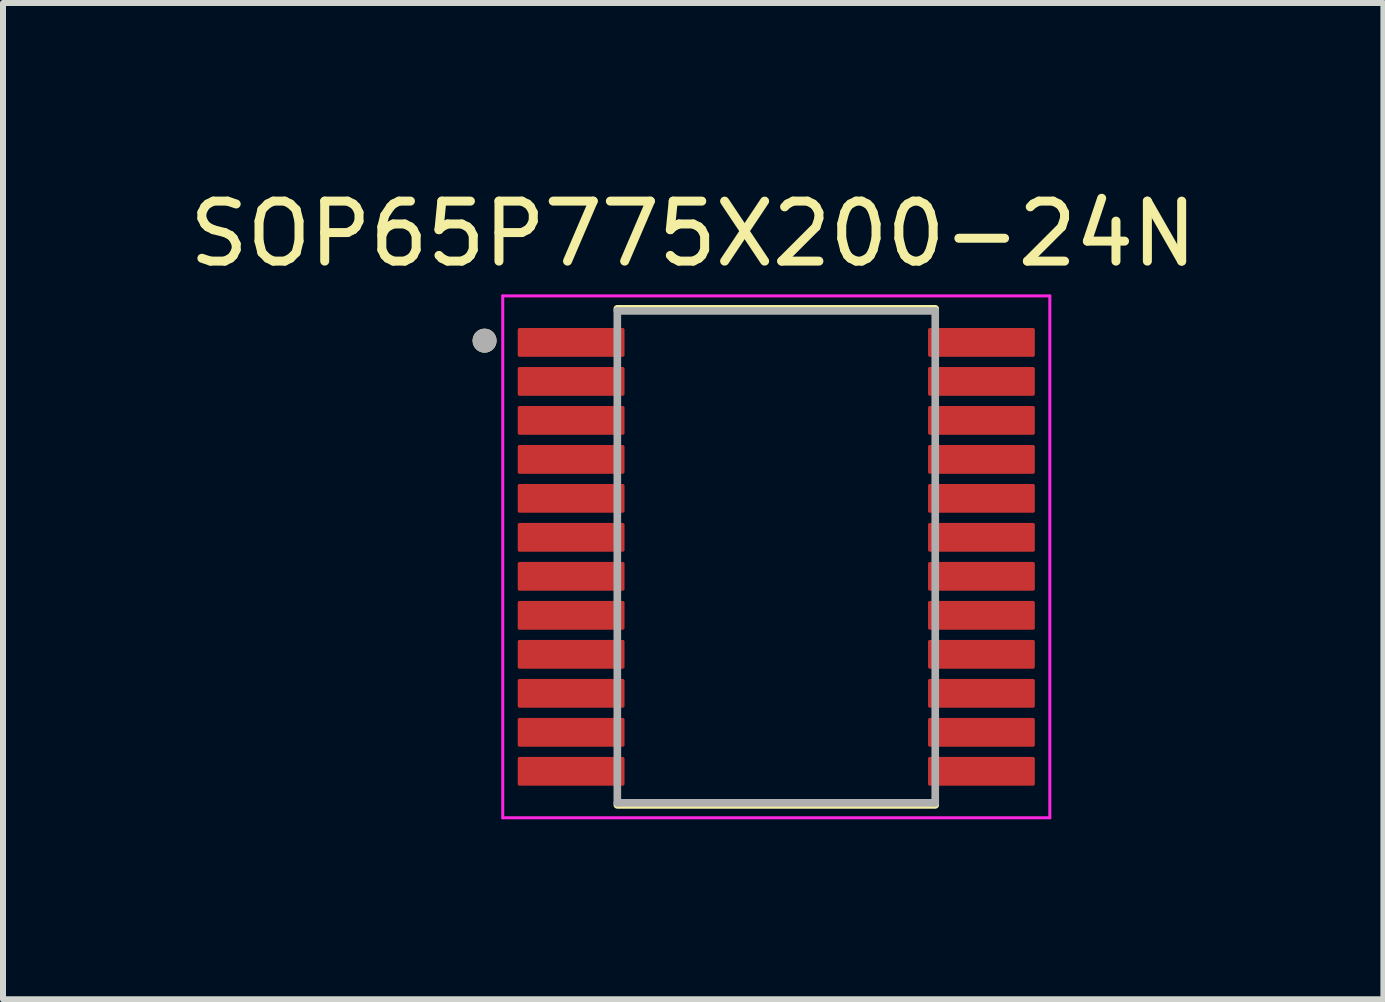
<source format=kicad_pcb>
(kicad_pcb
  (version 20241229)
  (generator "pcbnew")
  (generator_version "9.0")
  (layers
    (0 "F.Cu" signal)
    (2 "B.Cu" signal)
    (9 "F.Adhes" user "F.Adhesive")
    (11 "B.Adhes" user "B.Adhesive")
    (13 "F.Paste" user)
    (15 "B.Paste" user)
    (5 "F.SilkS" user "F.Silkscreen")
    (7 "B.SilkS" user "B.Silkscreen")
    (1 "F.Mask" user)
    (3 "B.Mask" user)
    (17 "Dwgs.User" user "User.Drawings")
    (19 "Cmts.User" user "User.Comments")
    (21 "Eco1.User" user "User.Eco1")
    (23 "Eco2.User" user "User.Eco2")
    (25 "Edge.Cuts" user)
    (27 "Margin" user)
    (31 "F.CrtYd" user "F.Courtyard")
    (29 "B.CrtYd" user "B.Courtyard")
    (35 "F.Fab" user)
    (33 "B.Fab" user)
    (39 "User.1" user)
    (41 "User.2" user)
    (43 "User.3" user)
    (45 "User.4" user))
  (footprint "SOP65P775X200-24N"
    (layer "F.Cu")
    (at 9.891 6.233)
    (property "Reference" "SOP65P775X200-24N" (at -1.385 -5.385 0) (layer "F.SilkS") (effects (font (size 1 1) (thickness 0.15))))
    (attr smd)
    (fp_line (start -2.65 -4.135) (end 2.65 -4.135) (stroke (width 0.127) (type solid)) (layer "F.SilkS"))
    (fp_line (start -2.65 4.135) (end 2.65 4.135) (stroke (width 0.127) (type solid)) (layer "F.SilkS"))
    (fp_circle (center -4.863 -3.604) (end -4.763 -3.604) (stroke (width 0.2) (type solid)) (fill no) (layer "F.SilkS"))
    (fp_line (start -4.56 -4.35) (end -4.56 4.35) (stroke (width 0.05) (type solid)) (layer "F.CrtYd"))
    (fp_line (start -4.56 -4.35) (end 4.56 -4.35) (stroke (width 0.05) (type solid)) (layer "F.CrtYd"))
    (fp_line (start -4.56 4.35) (end 4.56 4.35) (stroke (width 0.05) (type solid)) (layer "F.CrtYd"))
    (fp_line (start 4.56 -4.35) (end 4.56 4.35) (stroke (width 0.05) (type solid)) (layer "F.CrtYd"))
    (fp_line (start -2.65 -4.1) (end -2.65 4.1) (stroke (width 0.127) (type solid)) (layer "F.Fab"))
    (fp_line (start -2.65 -4.1) (end 2.65 -4.1) (stroke (width 0.127) (type solid)) (layer "F.Fab"))
    (fp_line (start -2.65 4.1) (end 2.65 4.1) (stroke (width 0.127) (type solid)) (layer "F.Fab"))
    (fp_line (start 2.65 -4.1) (end 2.65 4.1) (stroke (width 0.127) (type solid)) (layer "F.Fab"))
    (fp_circle (center -4.863 -3.604) (end -4.763 -3.604) (stroke (width 0.2) (type solid)) (fill no) (layer "F.Fab"))
    (pad "1" smd roundrect (at -3.42 -3.575) (size 1.78 0.48) (layers "F.Cu" "F.Mask" "F.Paste") (roundrect_rratio 0.06))
    (pad "2" smd roundrect (at -3.42 -2.925) (size 1.78 0.48) (layers "F.Cu" "F.Mask" "F.Paste") (roundrect_rratio 0.06))
    (pad "3" smd roundrect (at -3.42 -2.275) (size 1.78 0.48) (layers "F.Cu" "F.Mask" "F.Paste") (roundrect_rratio 0.06))
    (pad "4" smd roundrect (at -3.42 -1.625) (size 1.78 0.48) (layers "F.Cu" "F.Mask" "F.Paste") (roundrect_rratio 0.06))
    (pad "5" smd roundrect (at -3.42 -0.975) (size 1.78 0.48) (layers "F.Cu" "F.Mask" "F.Paste") (roundrect_rratio 0.06))
    (pad "6" smd roundrect (at -3.42 -0.325) (size 1.78 0.48) (layers "F.Cu" "F.Mask" "F.Paste") (roundrect_rratio 0.06))
    (pad "7" smd roundrect (at -3.42 0.325) (size 1.78 0.48) (layers "F.Cu" "F.Mask" "F.Paste") (roundrect_rratio 0.06))
    (pad "8" smd roundrect (at -3.42 0.975) (size 1.78 0.48) (layers "F.Cu" "F.Mask" "F.Paste") (roundrect_rratio 0.06))
    (pad "9" smd roundrect (at -3.42 1.625) (size 1.78 0.48) (layers "F.Cu" "F.Mask" "F.Paste") (roundrect_rratio 0.06))
    (pad "10" smd roundrect (at -3.42 2.275) (size 1.78 0.48) (layers "F.Cu" "F.Mask" "F.Paste") (roundrect_rratio 0.06))
    (pad "11" smd roundrect (at -3.42 2.925) (size 1.78 0.48) (layers "F.Cu" "F.Mask" "F.Paste") (roundrect_rratio 0.06))
    (pad "12" smd roundrect (at -3.42 3.575) (size 1.78 0.48) (layers "F.Cu" "F.Mask" "F.Paste") (roundrect_rratio 0.06))
    (pad "13" smd roundrect (at 3.42 3.575) (size 1.78 0.48) (layers "F.Cu" "F.Mask" "F.Paste") (roundrect_rratio 0.06))
    (pad "14" smd roundrect (at 3.42 2.925) (size 1.78 0.48) (layers "F.Cu" "F.Mask" "F.Paste") (roundrect_rratio 0.06))
    (pad "15" smd roundrect (at 3.42 2.275) (size 1.78 0.48) (layers "F.Cu" "F.Mask" "F.Paste") (roundrect_rratio 0.06))
    (pad "16" smd roundrect (at 3.42 1.625) (size 1.78 0.48) (layers "F.Cu" "F.Mask" "F.Paste") (roundrect_rratio 0.06))
    (pad "17" smd roundrect (at 3.42 0.975) (size 1.78 0.48) (layers "F.Cu" "F.Mask" "F.Paste") (roundrect_rratio 0.06))
    (pad "18" smd roundrect (at 3.42 0.325) (size 1.78 0.48) (layers "F.Cu" "F.Mask" "F.Paste") (roundrect_rratio 0.06))
    (pad "19" smd roundrect (at 3.42 -0.325) (size 1.78 0.48) (layers "F.Cu" "F.Mask" "F.Paste") (roundrect_rratio 0.06))
    (pad "20" smd roundrect (at 3.42 -0.975) (size 1.78 0.48) (layers "F.Cu" "F.Mask" "F.Paste") (roundrect_rratio 0.06))
    (pad "21" smd roundrect (at 3.42 -1.625) (size 1.78 0.48) (layers "F.Cu" "F.Mask" "F.Paste") (roundrect_rratio 0.06))
    (pad "22" smd roundrect (at 3.42 -2.275) (size 1.78 0.48) (layers "F.Cu" "F.Mask" "F.Paste") (roundrect_rratio 0.06))
    (pad "23" smd roundrect (at 3.42 -2.925) (size 1.78 0.48) (layers "F.Cu" "F.Mask" "F.Paste") (roundrect_rratio 0.06))
    (pad "24" smd roundrect (at 3.42 -3.575) (size 1.78 0.48) (layers "F.Cu" "F.Mask" "F.Paste") (roundrect_rratio 0.06)))
  (gr_rect
    (start -3 -3)
    (end 20.012 13.608)
    (stroke (width 0.1) (type default))
    (fill no)
    (layer "Edge.Cuts")))
</source>
